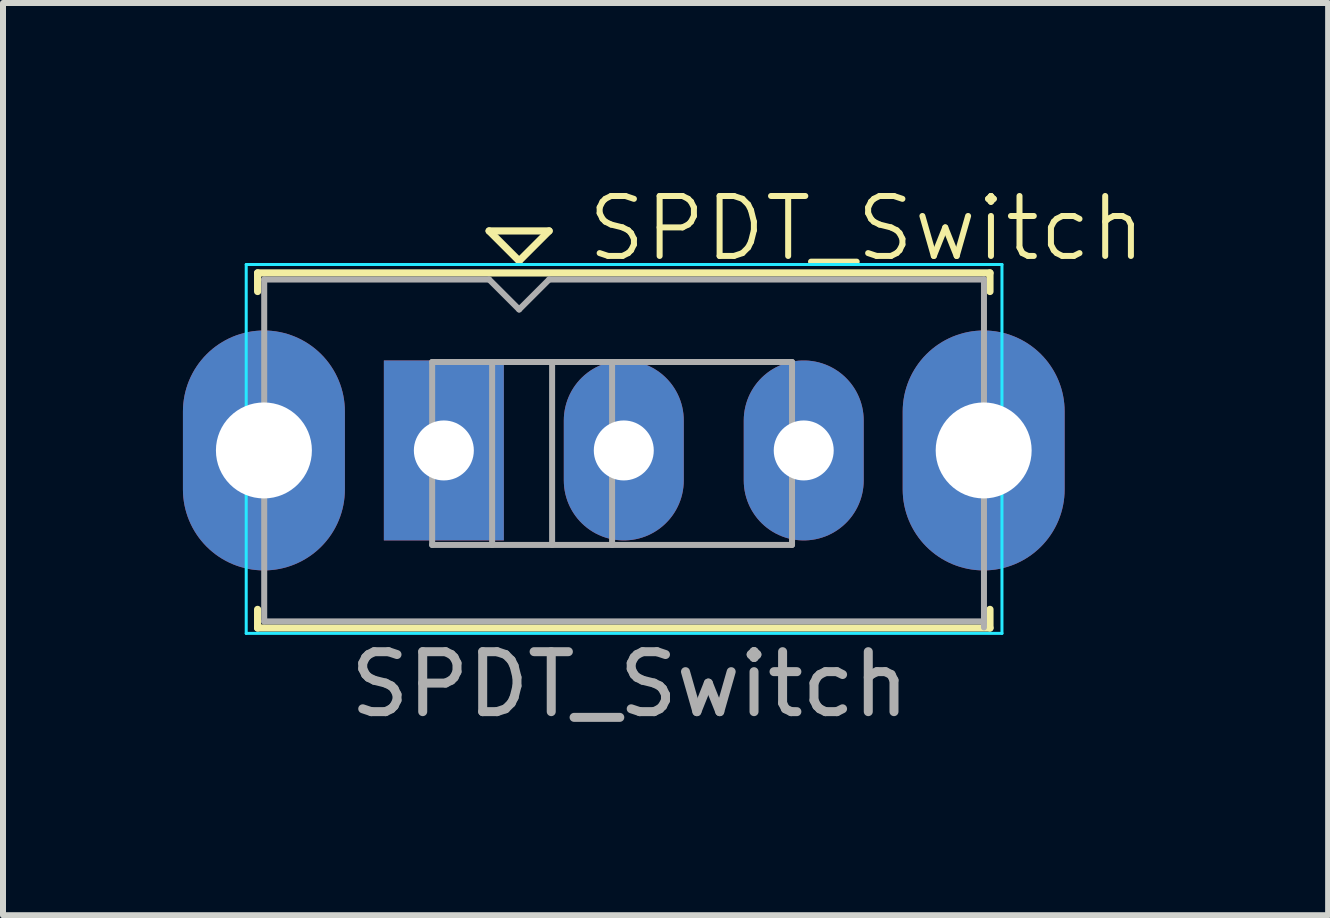
<source format=kicad_pcb>
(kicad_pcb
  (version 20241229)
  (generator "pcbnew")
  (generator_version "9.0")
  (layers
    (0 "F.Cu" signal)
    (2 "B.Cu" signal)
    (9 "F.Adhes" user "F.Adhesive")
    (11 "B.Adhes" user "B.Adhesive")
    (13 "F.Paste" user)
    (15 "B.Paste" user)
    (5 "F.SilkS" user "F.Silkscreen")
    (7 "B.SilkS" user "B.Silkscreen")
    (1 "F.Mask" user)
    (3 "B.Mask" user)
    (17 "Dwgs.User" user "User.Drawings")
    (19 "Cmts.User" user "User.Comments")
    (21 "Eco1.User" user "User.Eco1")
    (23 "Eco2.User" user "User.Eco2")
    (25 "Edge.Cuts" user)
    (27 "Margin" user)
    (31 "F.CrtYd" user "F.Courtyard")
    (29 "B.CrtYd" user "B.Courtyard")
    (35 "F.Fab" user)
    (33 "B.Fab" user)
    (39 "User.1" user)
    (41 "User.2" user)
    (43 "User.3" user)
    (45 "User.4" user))
  (footprint "SPDT_Switch"
    (layer "F.Cu")
    (at 7.35 4.46)
    (property "Reference" "SPDT_Switch" (at 4.05 -3.7 0) (unlocked yes) (layer "F.SilkS") (effects (font (size 1 1) (thickness 0.1))))
    (attr through_hole)
    (fp_line (start -6.105 -2.96) (end 6.105 -2.96) (stroke (width 0.12) (type solid)) (layer "F.SilkS"))
    (fp_line (start -6.105 -2.65) (end -6.105 -2.96) (stroke (width 0.12) (type solid)) (layer "F.SilkS"))
    (fp_line (start -6.105 2.96) (end -6.105 2.65) (stroke (width 0.12) (type solid)) (layer "F.SilkS"))
    (fp_line (start -2.245 -3.66) (end -1.745 -3.16) (stroke (width 0.12) (type solid)) (layer "F.SilkS"))
    (fp_line (start -1.745 -3.16) (end -1.245 -3.66) (stroke (width 0.12) (type solid)) (layer "F.SilkS"))
    (fp_line (start -1.245 -3.66) (end -2.245 -3.66) (stroke (width 0.12) (type solid)) (layer "F.SilkS"))
    (fp_line (start 6.105 -2.96) (end 6.105 -2.65) (stroke (width 0.12) (type solid)) (layer "F.SilkS"))
    (fp_line (start 6.105 2.96) (end -6.105 2.96) (stroke (width 0.12) (type solid)) (layer "F.SilkS"))
    (fp_line (start 6.105 2.96) (end 6.105 2.65) (stroke (width 0.12) (type solid)) (layer "F.SilkS"))
    (fp_line (start -6.295 -3.1) (end 6.305 -3.1) (stroke (width 0.05) (type solid)) (layer "B.CrtYd"))
    (fp_line (start -6.295 3.05) (end -6.295 -3.1) (stroke (width 0.05) (type solid)) (layer "B.CrtYd"))
    (fp_line (start 6.305 -3.1) (end 6.305 3.05) (stroke (width 0.05) (type solid)) (layer "B.CrtYd"))
    (fp_line (start 6.305 3.05) (end -6.295 3.05) (stroke (width 0.05) (type solid)) (layer "B.CrtYd"))
    (fp_line (start -5.995 -2.85) (end -2.245 -2.85) (stroke (width 0.1) (type solid)) (layer "F.Fab"))
    (fp_line (start -5.995 2.85) (end -5.995 -2.85) (stroke (width 0.1) (type solid)) (layer "F.Fab"))
    (fp_line (start -3.195 -1.475) (end -3.195 1.575) (stroke (width 0.1) (type solid)) (layer "F.Fab"))
    (fp_line (start -3.195 -1.475) (end 2.805 -1.475) (stroke (width 0.1) (type solid)) (layer "F.Fab"))
    (fp_line (start -3.195 1.575) (end 2.805 1.575) (stroke (width 0.1) (type solid)) (layer "F.Fab"))
    (fp_line (start -2.245 -2.85) (end -1.745 -2.35) (stroke (width 0.1) (type solid)) (layer "F.Fab"))
    (fp_line (start -2.195 -1.475) (end -2.195 1.575) (stroke (width 0.1) (type solid)) (layer "F.Fab"))
    (fp_line (start -1.745 -2.35) (end -1.245 -2.85) (stroke (width 0.1) (type solid)) (layer "F.Fab"))
    (fp_line (start -1.245 -2.85) (end 6.005 -2.85) (stroke (width 0.1) (type solid)) (layer "F.Fab"))
    (fp_line (start -1.195 -1.475) (end -1.195 1.575) (stroke (width 0.1) (type solid)) (layer "F.Fab"))
    (fp_line (start -0.195 -1.475) (end -0.195 1.575) (stroke (width 0.1) (type solid)) (layer "F.Fab"))
    (fp_line (start 2.805 -1.475) (end 2.805 1.575) (stroke (width 0.1) (type solid)) (layer "F.Fab"))
    (fp_line (start 6.005 -2.85) (end 6.005 2.95) (stroke (width 0.1) (type solid)) (layer "F.Fab"))
    (fp_line (start 6.005 2.85) (end -5.995 2.85) (stroke (width 0.1) (type solid)) (layer "F.Fab"))
    (fp_text user "${REFERENCE}" (at 0.1 3.9 0) (unlocked yes) (layer "F.Fab") (effects (font (size 1 1) (thickness 0.15))))
    (pad "" thru_hole oval (at -6 0) (size 2.7 4) (drill 1.6) (layers "*.Cu" "*.Mask"))
    (pad "" thru_hole oval (at 6 0) (size 2.7 4) (drill 1.6) (layers "*.Cu" "*.Mask"))
    (pad "1" thru_hole rect (at -3 0) (size 2 3) (drill 1) (layers "*.Cu" "*.Mask"))
    (pad "2" thru_hole oval (at 0 0) (size 2 3) (drill 1) (layers "*.Cu" "*.Mask"))
    (pad "3" thru_hole oval (at 3 0) (size 2 3) (drill 1) (layers "*.Cu" "*.Mask")))
  (gr_rect
    (start -3 -3)
    (end 19.093 12.209)
    (stroke (width 0.1) (type default))
    (fill no)
    (layer "Edge.Cuts")))
</source>
